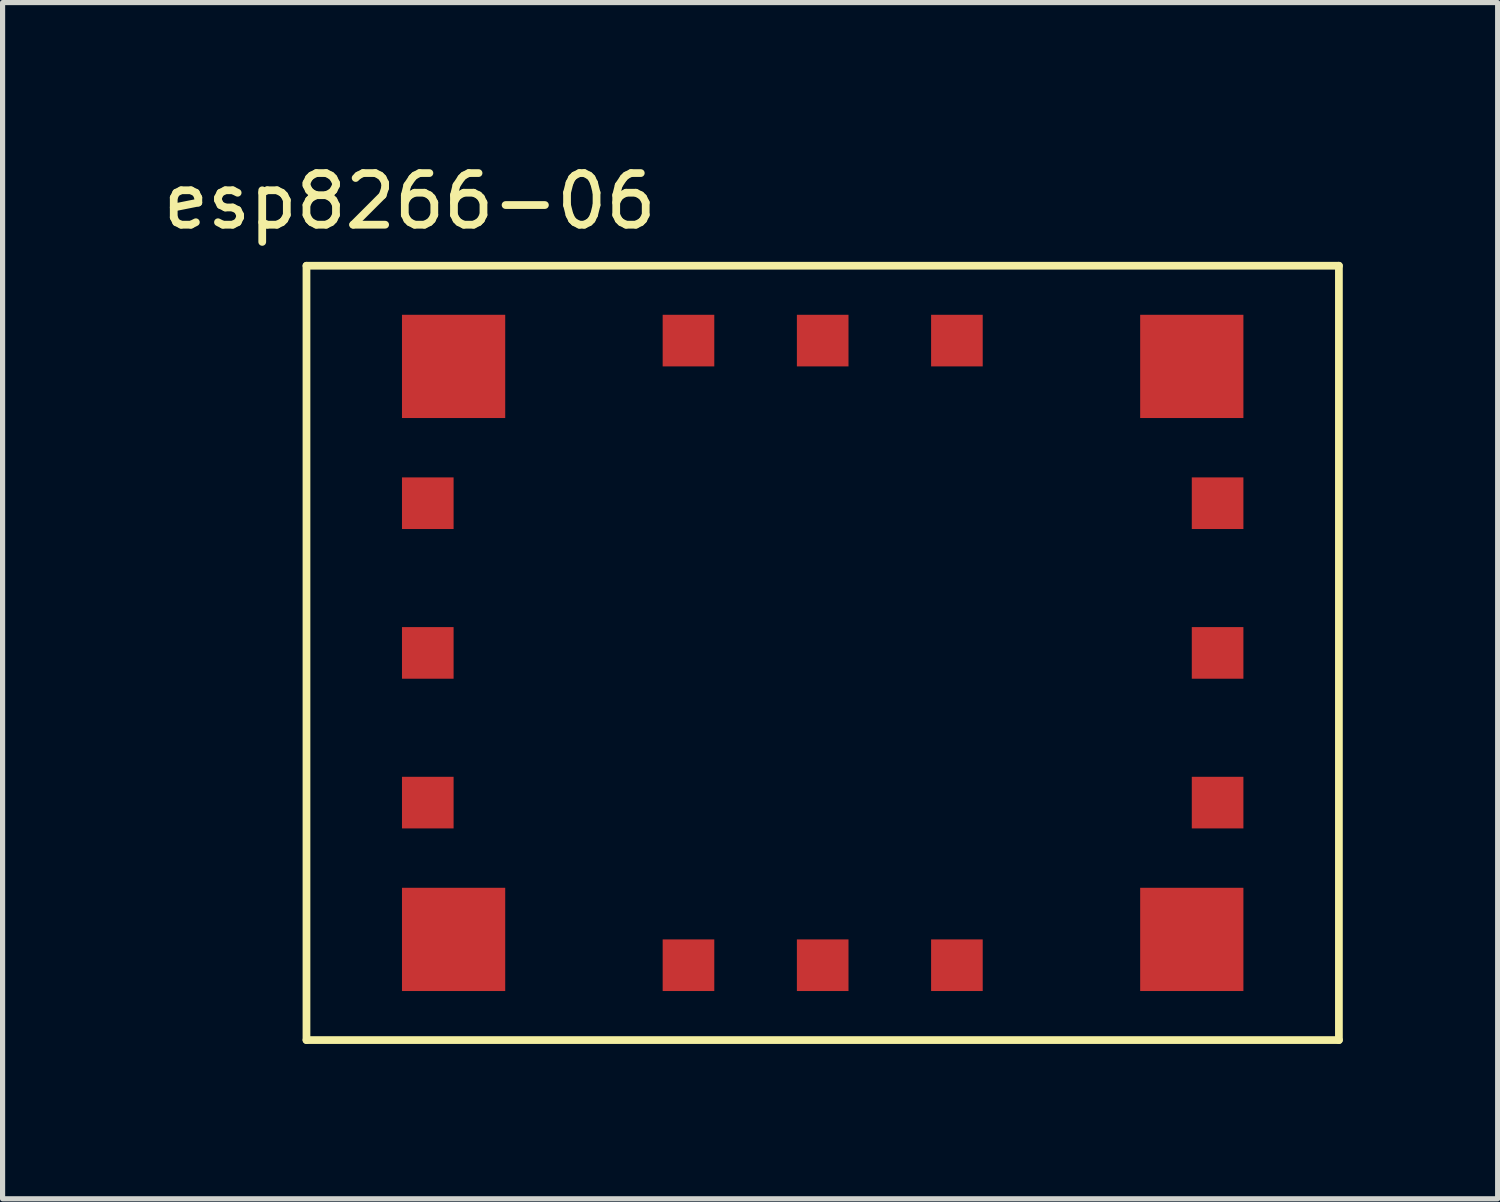
<source format=kicad_pcb>
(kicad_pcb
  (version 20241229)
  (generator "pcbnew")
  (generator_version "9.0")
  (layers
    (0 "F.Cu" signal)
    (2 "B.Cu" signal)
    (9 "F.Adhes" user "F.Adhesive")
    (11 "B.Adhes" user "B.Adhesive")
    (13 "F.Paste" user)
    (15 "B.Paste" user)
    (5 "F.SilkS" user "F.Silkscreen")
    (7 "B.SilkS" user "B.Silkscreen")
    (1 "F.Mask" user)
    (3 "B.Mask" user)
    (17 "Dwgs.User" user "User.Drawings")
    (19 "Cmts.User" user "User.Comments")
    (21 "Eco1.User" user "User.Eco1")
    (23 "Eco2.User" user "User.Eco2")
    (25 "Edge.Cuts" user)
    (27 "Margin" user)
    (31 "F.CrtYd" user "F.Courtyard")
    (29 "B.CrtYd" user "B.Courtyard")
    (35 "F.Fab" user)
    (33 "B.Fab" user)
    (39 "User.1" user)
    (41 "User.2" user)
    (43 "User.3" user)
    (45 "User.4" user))
  (footprint "esp8266-06"
    (layer "F.Cu")
    (at 12.887 9.598)
    (property "Reference" "esp8266-06" (at -8 -8.75 0) (layer "F.SilkS") (effects (font (size 1 1) (thickness 0.15))))
    (attr through_hole)
    (fp_line (start -10 -7.5) (end 10 -7.5) (stroke (width 0.15) (type solid)) (layer "F.SilkS"))
    (fp_line (start -10 7.5) (end -10 -7.5) (stroke (width 0.15) (type solid)) (layer "F.SilkS"))
    (fp_line (start 10 -7.5) (end 10 7.5) (stroke (width 0.15) (type solid)) (layer "F.SilkS"))
    (fp_line (start 10 7.5) (end -10 7.5) (stroke (width 0.15) (type solid)) (layer "F.SilkS"))
    (pad "1" smd rect (at -7.15 -5.55) (size 2 2) (layers "F.Cu" "F.Mask" "F.Paste"))
    (pad "2" smd rect (at 7.15 -5.55) (size 2 2) (layers "F.Cu" "F.Mask" "F.Paste"))
    (pad "3" smd rect (at -7.15 5.55) (size 2 2) (layers "F.Cu" "F.Mask" "F.Paste"))
    (pad "4" smd rect (at 7.15 5.55) (size 2 2) (layers "F.Cu" "F.Mask" "F.Paste"))
    (pad "5" smd rect (at -7.65 -2.9) (size 1 1) (layers "F.Cu" "F.Mask" "F.Paste"))
    (pad "6" smd rect (at -7.65 0) (size 1 1) (layers "F.Cu" "F.Mask" "F.Paste"))
    (pad "7" smd rect (at -7.65 2.9) (size 1 1) (layers "F.Cu" "F.Mask" "F.Paste"))
    (pad "8" smd rect (at 7.65 -2.9) (size 1 1) (layers "F.Cu" "F.Mask" "F.Paste"))
    (pad "9" smd rect (at 7.65 0) (size 1 1) (layers "F.Cu" "F.Mask" "F.Paste"))
    (pad "10" smd rect (at 7.65 2.9) (size 1 1) (layers "F.Cu" "F.Mask" "F.Paste"))
    (pad "11" smd rect (at -2.6 6.05) (size 1 1) (layers "F.Cu" "F.Mask" "F.Paste"))
    (pad "12" smd rect (at 0 6.05) (size 1 1) (layers "F.Cu" "F.Mask" "F.Paste"))
    (pad "13" smd rect (at 2.6 6.05) (size 1 1) (layers "F.Cu" "F.Mask" "F.Paste"))
    (pad "14" smd rect (at -2.6 -6.05) (size 1 1) (layers "F.Cu" "F.Mask" "F.Paste"))
    (pad "15" smd rect (at 0 -6.05) (size 1 1) (layers "F.Cu" "F.Mask" "F.Paste"))
    (pad "16" smd rect (at 2.6 -6.05) (size 1 1) (layers "F.Cu" "F.Mask" "F.Paste")))
  (gr_rect
    (start -3 -3)
    (end 25.962 20.173)
    (stroke (width 0.1) (type default))
    (fill no)
    (layer "Edge.Cuts")))
</source>
